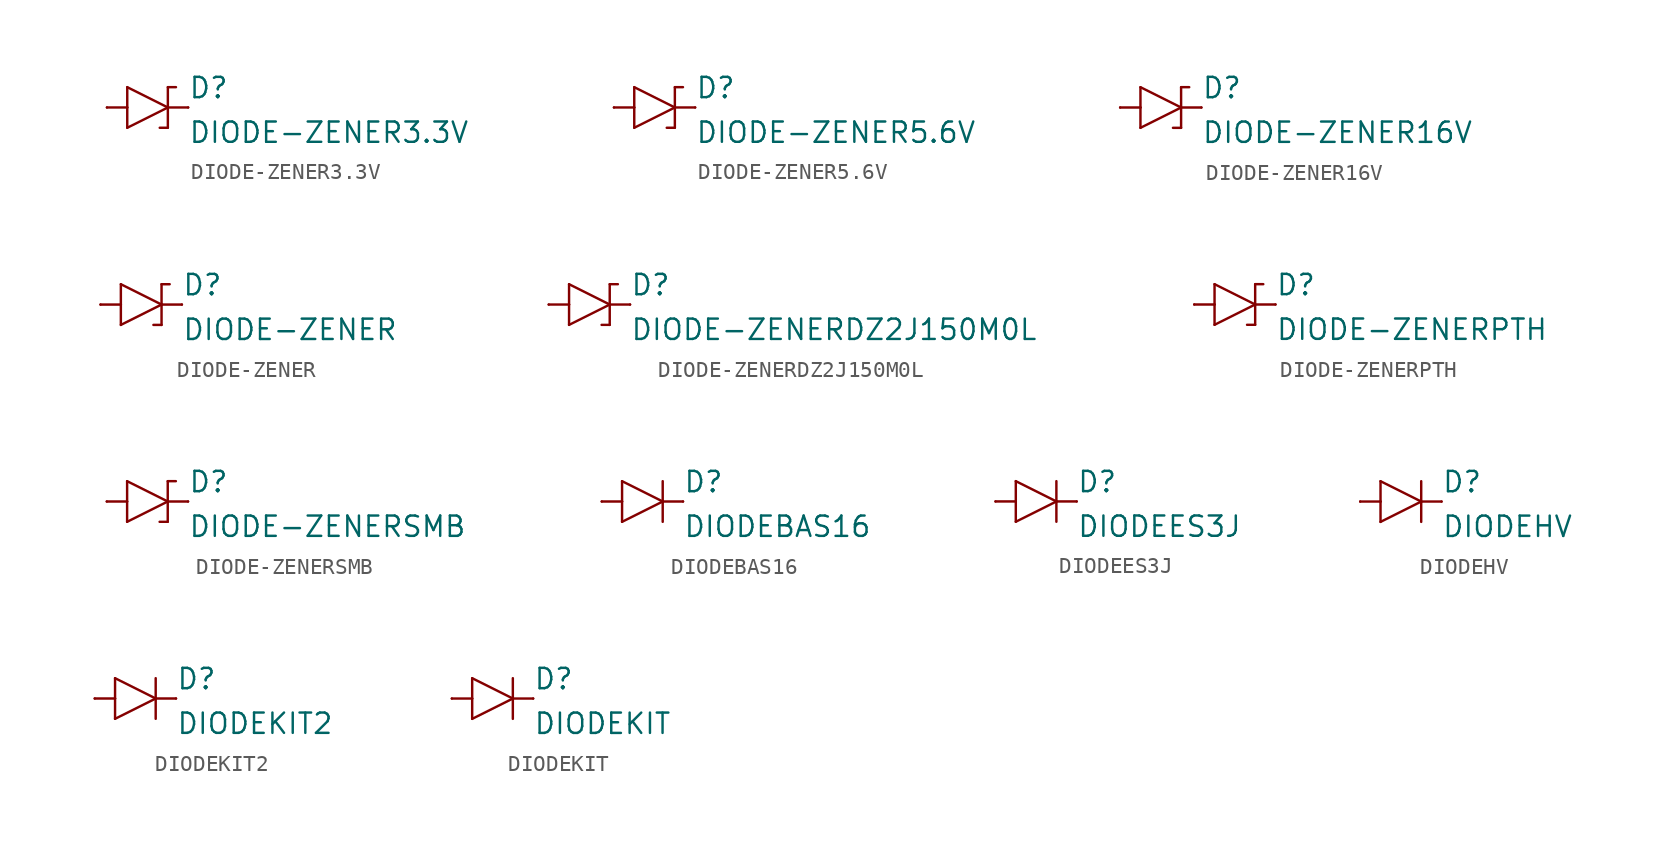
<source format=kicad_sym>
(kicad_symbol_lib
  (version 20211014)
  (generator kicad_symbol_editor)
  (symbol "DIODE-ZENER3.3V"
    (pin_numbers hide)
    (pin_names
      (offset 1.016) hide)
    (property "Reference" "D"
      (at 2.54 0.483 0)
      (effects (font (size 1.27 1.27)) (justify left bottom)))
    (property "Value" "DIODE-ZENER3.3V"
      (at 2.54 -2.311 0)
      (effects (font (size 1.27 1.27)) (justify left bottom)))
    (property "ki_locked" ""
      (at 0 0 0)
      (effects (font (size 1.27 1.27))))
    (symbol "DIODE-ZENER3.3V_1_0"
      (polyline (pts (xy -2.54 0) (xy -1.27 0)) (stroke (width 0) (type default) (color 0 0 0 0)) (fill (type none)))
      (polyline (pts (xy -1.27 -1.27) (xy 1.27 0)) (stroke (width 0) (type default) (color 0 0 0 0)) (fill (type none)))
      (polyline (pts (xy -1.27 0) (xy -1.27 -1.27)) (stroke (width 0) (type default) (color 0 0 0 0)) (fill (type none)))
      (polyline (pts (xy -1.27 1.27) (xy -1.27 0)) (stroke (width 0) (type default) (color 0 0 0 0)) (fill (type none)))
      (polyline (pts (xy 1.27 -1.27) (xy 0.762 -1.27)) (stroke (width 0) (type default) (color 0 0 0 0)) (fill (type none)))
      (polyline (pts (xy 1.27 0) (xy -1.27 1.27)) (stroke (width 0) (type default) (color 0 0 0 0)) (fill (type none)))
      (polyline (pts (xy 1.27 0) (xy 1.27 -1.27)) (stroke (width 0) (type default) (color 0 0 0 0)) (fill (type none)))
      (polyline (pts (xy 1.27 1.27) (xy 1.27 0)) (stroke (width 0) (type default) (color 0 0 0 0)) (fill (type none)))
      (polyline (pts (xy 1.27 1.27) (xy 1.778 1.27)) (stroke (width 0) (type default) (color 0 0 0 0)) (fill (type none)))
      (polyline (pts (xy 2.54 0) (xy 1.27 0)) (stroke (width 0) (type default) (color 0 0 0 0)) (fill (type none))))
    (symbol "DIODE-ZENER3.3V_1_1"
      (pin passive line (at -2.54 0 0) (length 0) (name "A" (effects (font (size 1.016 1.016)))) (number "A" (effects (font (size 1.016 1.016)))))
      (pin passive line (at 2.54 0 180) (length 0) (name "C" (effects (font (size 1.016 1.016)))) (number "C" (effects (font (size 1.016 1.016)))))))
  (symbol "DIODE-ZENER5.6V"
    (pin_numbers hide)
    (pin_names
      (offset 1.016) hide)
    (property "Reference" "D"
      (at 2.54 0.483 0)
      (effects (font (size 1.27 1.27)) (justify left bottom)))
    (property "Value" "DIODE-ZENER5.6V"
      (at 2.54 -2.311 0)
      (effects (font (size 1.27 1.27)) (justify left bottom)))
    (property "ki_locked" ""
      (at 0 0 0)
      (effects (font (size 1.27 1.27))))
    (symbol "DIODE-ZENER5.6V_1_0"
      (polyline (pts (xy -2.54 0) (xy -1.27 0)) (stroke (width 0) (type default) (color 0 0 0 0)) (fill (type none)))
      (polyline (pts (xy -1.27 -1.27) (xy 1.27 0)) (stroke (width 0) (type default) (color 0 0 0 0)) (fill (type none)))
      (polyline (pts (xy -1.27 0) (xy -1.27 -1.27)) (stroke (width 0) (type default) (color 0 0 0 0)) (fill (type none)))
      (polyline (pts (xy -1.27 1.27) (xy -1.27 0)) (stroke (width 0) (type default) (color 0 0 0 0)) (fill (type none)))
      (polyline (pts (xy 1.27 -1.27) (xy 0.762 -1.27)) (stroke (width 0) (type default) (color 0 0 0 0)) (fill (type none)))
      (polyline (pts (xy 1.27 0) (xy -1.27 1.27)) (stroke (width 0) (type default) (color 0 0 0 0)) (fill (type none)))
      (polyline (pts (xy 1.27 0) (xy 1.27 -1.27)) (stroke (width 0) (type default) (color 0 0 0 0)) (fill (type none)))
      (polyline (pts (xy 1.27 1.27) (xy 1.27 0)) (stroke (width 0) (type default) (color 0 0 0 0)) (fill (type none)))
      (polyline (pts (xy 1.27 1.27) (xy 1.778 1.27)) (stroke (width 0) (type default) (color 0 0 0 0)) (fill (type none)))
      (polyline (pts (xy 2.54 0) (xy 1.27 0)) (stroke (width 0) (type default) (color 0 0 0 0)) (fill (type none))))
    (symbol "DIODE-ZENER5.6V_1_1"
      (pin passive line (at -2.54 0 0) (length 0) (name "A" (effects (font (size 1.016 1.016)))) (number "A" (effects (font (size 1.016 1.016)))))
      (pin passive line (at 2.54 0 180) (length 0) (name "C" (effects (font (size 1.016 1.016)))) (number "C" (effects (font (size 1.016 1.016)))))))
  (symbol "DIODE-ZENER16V"
    (pin_numbers hide)
    (pin_names
      (offset 1.016) hide)
    (property "Reference" "D"
      (at 2.54 0.483 0)
      (effects (font (size 1.27 1.27)) (justify left bottom)))
    (property "Value" "DIODE-ZENER16V"
      (at 2.54 -2.311 0)
      (effects (font (size 1.27 1.27)) (justify left bottom)))
    (property "ki_locked" ""
      (at 0 0 0)
      (effects (font (size 1.27 1.27))))
    (symbol "DIODE-ZENER16V_1_0"
      (polyline (pts (xy -2.54 0) (xy -1.27 0)) (stroke (width 0) (type default) (color 0 0 0 0)) (fill (type none)))
      (polyline (pts (xy -1.27 -1.27) (xy 1.27 0)) (stroke (width 0) (type default) (color 0 0 0 0)) (fill (type none)))
      (polyline (pts (xy -1.27 0) (xy -1.27 -1.27)) (stroke (width 0) (type default) (color 0 0 0 0)) (fill (type none)))
      (polyline (pts (xy -1.27 1.27) (xy -1.27 0)) (stroke (width 0) (type default) (color 0 0 0 0)) (fill (type none)))
      (polyline (pts (xy 1.27 -1.27) (xy 0.762 -1.27)) (stroke (width 0) (type default) (color 0 0 0 0)) (fill (type none)))
      (polyline (pts (xy 1.27 0) (xy -1.27 1.27)) (stroke (width 0) (type default) (color 0 0 0 0)) (fill (type none)))
      (polyline (pts (xy 1.27 0) (xy 1.27 -1.27)) (stroke (width 0) (type default) (color 0 0 0 0)) (fill (type none)))
      (polyline (pts (xy 1.27 1.27) (xy 1.27 0)) (stroke (width 0) (type default) (color 0 0 0 0)) (fill (type none)))
      (polyline (pts (xy 1.27 1.27) (xy 1.778 1.27)) (stroke (width 0) (type default) (color 0 0 0 0)) (fill (type none)))
      (polyline (pts (xy 2.54 0) (xy 1.27 0)) (stroke (width 0) (type default) (color 0 0 0 0)) (fill (type none))))
    (symbol "DIODE-ZENER16V_1_1"
      (pin passive line (at -2.54 0 0) (length 0) (name "A" (effects (font (size 1.016 1.016)))) (number "A" (effects (font (size 1.016 1.016)))))
      (pin passive line (at 2.54 0 180) (length 0) (name "C" (effects (font (size 1.016 1.016)))) (number "C" (effects (font (size 1.016 1.016)))))))
  (symbol "DIODE-ZENER"
    (pin_numbers hide)
    (pin_names
      (offset 1.016) hide)
    (property "Reference" "D"
      (at 2.54 0.483 0)
      (effects (font (size 1.27 1.27)) (justify left bottom)))
    (property "Value" "DIODE-ZENER"
      (at 2.54 -2.311 0)
      (effects (font (size 1.27 1.27)) (justify left bottom)))
    (property "ki_locked" ""
      (at 0 0 0)
      (effects (font (size 1.27 1.27))))
    (symbol "DIODE-ZENER_1_0"
      (polyline (pts (xy -2.54 0) (xy -1.27 0)) (stroke (width 0) (type default) (color 0 0 0 0)) (fill (type none)))
      (polyline (pts (xy -1.27 -1.27) (xy 1.27 0)) (stroke (width 0) (type default) (color 0 0 0 0)) (fill (type none)))
      (polyline (pts (xy -1.27 0) (xy -1.27 -1.27)) (stroke (width 0) (type default) (color 0 0 0 0)) (fill (type none)))
      (polyline (pts (xy -1.27 1.27) (xy -1.27 0)) (stroke (width 0) (type default) (color 0 0 0 0)) (fill (type none)))
      (polyline (pts (xy 1.27 -1.27) (xy 0.762 -1.27)) (stroke (width 0) (type default) (color 0 0 0 0)) (fill (type none)))
      (polyline (pts (xy 1.27 0) (xy -1.27 1.27)) (stroke (width 0) (type default) (color 0 0 0 0)) (fill (type none)))
      (polyline (pts (xy 1.27 0) (xy 1.27 -1.27)) (stroke (width 0) (type default) (color 0 0 0 0)) (fill (type none)))
      (polyline (pts (xy 1.27 1.27) (xy 1.27 0)) (stroke (width 0) (type default) (color 0 0 0 0)) (fill (type none)))
      (polyline (pts (xy 1.27 1.27) (xy 1.778 1.27)) (stroke (width 0) (type default) (color 0 0 0 0)) (fill (type none)))
      (polyline (pts (xy 2.54 0) (xy 1.27 0)) (stroke (width 0) (type default) (color 0 0 0 0)) (fill (type none))))
    (symbol "DIODE-ZENER_1_1"
      (pin passive line (at -2.54 0 0) (length 0) (name "A" (effects (font (size 1.016 1.016)))) (number "A" (effects (font (size 1.016 1.016)))))
      (pin passive line (at 2.54 0 180) (length 0) (name "C" (effects (font (size 1.016 1.016)))) (number "C" (effects (font (size 1.016 1.016)))))))
  (symbol "DIODE-ZENERDZ2J150M0L"
    (pin_numbers hide)
    (pin_names
      (offset 1.016) hide)
    (property "Reference" "D"
      (at 2.54 0.483 0)
      (effects (font (size 1.27 1.27)) (justify left bottom)))
    (property "Value" "DIODE-ZENERDZ2J150M0L"
      (at 2.54 -2.311 0)
      (effects (font (size 1.27 1.27)) (justify left bottom)))
    (property "ki_locked" ""
      (at 0 0 0)
      (effects (font (size 1.27 1.27))))
    (symbol "DIODE-ZENERDZ2J150M0L_1_0"
      (polyline (pts (xy -2.54 0) (xy -1.27 0)) (stroke (width 0) (type default) (color 0 0 0 0)) (fill (type none)))
      (polyline (pts (xy -1.27 -1.27) (xy 1.27 0)) (stroke (width 0) (type default) (color 0 0 0 0)) (fill (type none)))
      (polyline (pts (xy -1.27 0) (xy -1.27 -1.27)) (stroke (width 0) (type default) (color 0 0 0 0)) (fill (type none)))
      (polyline (pts (xy -1.27 1.27) (xy -1.27 0)) (stroke (width 0) (type default) (color 0 0 0 0)) (fill (type none)))
      (polyline (pts (xy 1.27 -1.27) (xy 0.762 -1.27)) (stroke (width 0) (type default) (color 0 0 0 0)) (fill (type none)))
      (polyline (pts (xy 1.27 0) (xy -1.27 1.27)) (stroke (width 0) (type default) (color 0 0 0 0)) (fill (type none)))
      (polyline (pts (xy 1.27 0) (xy 1.27 -1.27)) (stroke (width 0) (type default) (color 0 0 0 0)) (fill (type none)))
      (polyline (pts (xy 1.27 1.27) (xy 1.27 0)) (stroke (width 0) (type default) (color 0 0 0 0)) (fill (type none)))
      (polyline (pts (xy 1.27 1.27) (xy 1.778 1.27)) (stroke (width 0) (type default) (color 0 0 0 0)) (fill (type none)))
      (polyline (pts (xy 2.54 0) (xy 1.27 0)) (stroke (width 0) (type default) (color 0 0 0 0)) (fill (type none))))
    (symbol "DIODE-ZENERDZ2J150M0L_1_1"
      (pin passive line (at -2.54 0 0) (length 0) (name "A" (effects (font (size 1.016 1.016)))) (number "A" (effects (font (size 1.016 1.016)))))
      (pin passive line (at 2.54 0 180) (length 0) (name "C" (effects (font (size 1.016 1.016)))) (number "C" (effects (font (size 1.016 1.016)))))))
  (symbol "DIODE-ZENERPTH"
    (pin_numbers hide)
    (pin_names
      (offset 1.016) hide)
    (property "Reference" "D"
      (at 2.54 0.483 0)
      (effects (font (size 1.27 1.27)) (justify left bottom)))
    (property "Value" "DIODE-ZENERPTH"
      (at 2.54 -2.311 0)
      (effects (font (size 1.27 1.27)) (justify left bottom)))
    (property "ki_locked" ""
      (at 0 0 0)
      (effects (font (size 1.27 1.27))))
    (symbol "DIODE-ZENERPTH_1_0"
      (polyline (pts (xy -2.54 0) (xy -1.27 0)) (stroke (width 0) (type default) (color 0 0 0 0)) (fill (type none)))
      (polyline (pts (xy -1.27 -1.27) (xy 1.27 0)) (stroke (width 0) (type default) (color 0 0 0 0)) (fill (type none)))
      (polyline (pts (xy -1.27 0) (xy -1.27 -1.27)) (stroke (width 0) (type default) (color 0 0 0 0)) (fill (type none)))
      (polyline (pts (xy -1.27 1.27) (xy -1.27 0)) (stroke (width 0) (type default) (color 0 0 0 0)) (fill (type none)))
      (polyline (pts (xy 1.27 -1.27) (xy 0.762 -1.27)) (stroke (width 0) (type default) (color 0 0 0 0)) (fill (type none)))
      (polyline (pts (xy 1.27 0) (xy -1.27 1.27)) (stroke (width 0) (type default) (color 0 0 0 0)) (fill (type none)))
      (polyline (pts (xy 1.27 0) (xy 1.27 -1.27)) (stroke (width 0) (type default) (color 0 0 0 0)) (fill (type none)))
      (polyline (pts (xy 1.27 1.27) (xy 1.27 0)) (stroke (width 0) (type default) (color 0 0 0 0)) (fill (type none)))
      (polyline (pts (xy 1.27 1.27) (xy 1.778 1.27)) (stroke (width 0) (type default) (color 0 0 0 0)) (fill (type none)))
      (polyline (pts (xy 2.54 0) (xy 1.27 0)) (stroke (width 0) (type default) (color 0 0 0 0)) (fill (type none))))
    (symbol "DIODE-ZENERPTH_1_1"
      (pin passive line (at 2.54 0 180) (length 0) (name "C" (effects (font (size 1.016 1.016)))) (number "P$1" (effects (font (size 1.016 1.016)))))
      (pin passive line (at -2.54 0 0) (length 0) (name "A" (effects (font (size 1.016 1.016)))) (number "P$2" (effects (font (size 1.016 1.016)))))))
  (symbol "DIODE-ZENERSMB"
    (pin_numbers hide)
    (pin_names
      (offset 1.016) hide)
    (property "Reference" "D"
      (at 2.54 0.483 0)
      (effects (font (size 1.27 1.27)) (justify left bottom)))
    (property "Value" "DIODE-ZENERSMB"
      (at 2.54 -2.311 0)
      (effects (font (size 1.27 1.27)) (justify left bottom)))
    (property "ki_locked" ""
      (at 0 0 0)
      (effects (font (size 1.27 1.27))))
    (symbol "DIODE-ZENERSMB_1_0"
      (polyline (pts (xy -2.54 0) (xy -1.27 0)) (stroke (width 0) (type default) (color 0 0 0 0)) (fill (type none)))
      (polyline (pts (xy -1.27 -1.27) (xy 1.27 0)) (stroke (width 0) (type default) (color 0 0 0 0)) (fill (type none)))
      (polyline (pts (xy -1.27 0) (xy -1.27 -1.27)) (stroke (width 0) (type default) (color 0 0 0 0)) (fill (type none)))
      (polyline (pts (xy -1.27 1.27) (xy -1.27 0)) (stroke (width 0) (type default) (color 0 0 0 0)) (fill (type none)))
      (polyline (pts (xy 1.27 -1.27) (xy 0.762 -1.27)) (stroke (width 0) (type default) (color 0 0 0 0)) (fill (type none)))
      (polyline (pts (xy 1.27 0) (xy -1.27 1.27)) (stroke (width 0) (type default) (color 0 0 0 0)) (fill (type none)))
      (polyline (pts (xy 1.27 0) (xy 1.27 -1.27)) (stroke (width 0) (type default) (color 0 0 0 0)) (fill (type none)))
      (polyline (pts (xy 1.27 1.27) (xy 1.27 0)) (stroke (width 0) (type default) (color 0 0 0 0)) (fill (type none)))
      (polyline (pts (xy 1.27 1.27) (xy 1.778 1.27)) (stroke (width 0) (type default) (color 0 0 0 0)) (fill (type none)))
      (polyline (pts (xy 2.54 0) (xy 1.27 0)) (stroke (width 0) (type default) (color 0 0 0 0)) (fill (type none))))
    (symbol "DIODE-ZENERSMB_1_1"
      (pin passive line (at -2.54 0 0) (length 0) (name "A" (effects (font (size 1.016 1.016)))) (number "A" (effects (font (size 1.016 1.016)))))
      (pin passive line (at 2.54 0 180) (length 0) (name "C" (effects (font (size 1.016 1.016)))) (number "C" (effects (font (size 1.016 1.016)))))))
  (symbol "DIODEBAS16"
    (pin_numbers hide)
    (pin_names
      (offset 1.016) hide)
    (property "Reference" "D"
      (at 2.54 0.483 0)
      (effects (font (size 1.27 1.27)) (justify left bottom)))
    (property "Value" "DIODEBAS16"
      (at 2.54 -2.311 0)
      (effects (font (size 1.27 1.27)) (justify left bottom)))
    (property "ki_locked" ""
      (at 0 0 0)
      (effects (font (size 1.27 1.27))))
    (symbol "DIODEBAS16_1_0"
      (polyline (pts (xy -2.54 0) (xy -1.27 0)) (stroke (width 0) (type default) (color 0 0 0 0)) (fill (type none)))
      (polyline (pts (xy -1.27 -1.27) (xy 1.27 0)) (stroke (width 0) (type default) (color 0 0 0 0)) (fill (type none)))
      (polyline (pts (xy -1.27 0) (xy -1.27 -1.27)) (stroke (width 0) (type default) (color 0 0 0 0)) (fill (type none)))
      (polyline (pts (xy -1.27 1.27) (xy -1.27 0)) (stroke (width 0) (type default) (color 0 0 0 0)) (fill (type none)))
      (polyline (pts (xy 1.27 0) (xy -1.27 1.27)) (stroke (width 0) (type default) (color 0 0 0 0)) (fill (type none)))
      (polyline (pts (xy 1.27 0) (xy 1.27 -1.27)) (stroke (width 0) (type default) (color 0 0 0 0)) (fill (type none)))
      (polyline (pts (xy 1.27 1.27) (xy 1.27 0)) (stroke (width 0) (type default) (color 0 0 0 0)) (fill (type none)))
      (polyline (pts (xy 2.54 0) (xy 1.27 0)) (stroke (width 0) (type default) (color 0 0 0 0)) (fill (type none))))
    (symbol "DIODEBAS16_1_1"
      (pin passive line (at -2.54 0 0) (length 0) (name "A" (effects (font (size 1.016 1.016)))) (number "A" (effects (font (size 1.016 1.016)))))
      (pin passive line (at 2.54 0 180) (length 0) (name "C" (effects (font (size 1.016 1.016)))) (number "C" (effects (font (size 1.016 1.016)))))))
  (symbol "DIODEES3J"
    (pin_numbers hide)
    (pin_names
      (offset 1.016) hide)
    (property "Reference" "D"
      (at 2.54 0.483 0)
      (effects (font (size 1.27 1.27)) (justify left bottom)))
    (property "Value" "DIODEES3J"
      (at 2.54 -2.311 0)
      (effects (font (size 1.27 1.27)) (justify left bottom)))
    (property "ki_locked" ""
      (at 0 0 0)
      (effects (font (size 1.27 1.27))))
    (symbol "DIODEES3J_1_0"
      (polyline (pts (xy -2.54 0) (xy -1.27 0)) (stroke (width 0) (type default) (color 0 0 0 0)) (fill (type none)))
      (polyline (pts (xy -1.27 -1.27) (xy 1.27 0)) (stroke (width 0) (type default) (color 0 0 0 0)) (fill (type none)))
      (polyline (pts (xy -1.27 0) (xy -1.27 -1.27)) (stroke (width 0) (type default) (color 0 0 0 0)) (fill (type none)))
      (polyline (pts (xy -1.27 1.27) (xy -1.27 0)) (stroke (width 0) (type default) (color 0 0 0 0)) (fill (type none)))
      (polyline (pts (xy 1.27 0) (xy -1.27 1.27)) (stroke (width 0) (type default) (color 0 0 0 0)) (fill (type none)))
      (polyline (pts (xy 1.27 0) (xy 1.27 -1.27)) (stroke (width 0) (type default) (color 0 0 0 0)) (fill (type none)))
      (polyline (pts (xy 1.27 1.27) (xy 1.27 0)) (stroke (width 0) (type default) (color 0 0 0 0)) (fill (type none)))
      (polyline (pts (xy 2.54 0) (xy 1.27 0)) (stroke (width 0) (type default) (color 0 0 0 0)) (fill (type none))))
    (symbol "DIODEES3J_1_1"
      (pin passive line (at -2.54 0 0) (length 0) (name "A" (effects (font (size 1.016 1.016)))) (number "A" (effects (font (size 1.016 1.016)))))
      (pin passive line (at 2.54 0 180) (length 0) (name "C" (effects (font (size 1.016 1.016)))) (number "C" (effects (font (size 1.016 1.016)))))))
  (symbol "DIODEHV"
    (pin_numbers hide)
    (pin_names
      (offset 1.016) hide)
    (property "Reference" "D"
      (at 2.54 0.483 0)
      (effects (font (size 1.27 1.27)) (justify left bottom)))
    (property "Value" "DIODEHV"
      (at 2.54 -2.311 0)
      (effects (font (size 1.27 1.27)) (justify left bottom)))
    (property "ki_locked" ""
      (at 0 0 0)
      (effects (font (size 1.27 1.27))))
    (symbol "DIODEHV_1_0"
      (polyline (pts (xy -2.54 0) (xy -1.27 0)) (stroke (width 0) (type default) (color 0 0 0 0)) (fill (type none)))
      (polyline (pts (xy -1.27 -1.27) (xy 1.27 0)) (stroke (width 0) (type default) (color 0 0 0 0)) (fill (type none)))
      (polyline (pts (xy -1.27 0) (xy -1.27 -1.27)) (stroke (width 0) (type default) (color 0 0 0 0)) (fill (type none)))
      (polyline (pts (xy -1.27 1.27) (xy -1.27 0)) (stroke (width 0) (type default) (color 0 0 0 0)) (fill (type none)))
      (polyline (pts (xy 1.27 0) (xy -1.27 1.27)) (stroke (width 0) (type default) (color 0 0 0 0)) (fill (type none)))
      (polyline (pts (xy 1.27 0) (xy 1.27 -1.27)) (stroke (width 0) (type default) (color 0 0 0 0)) (fill (type none)))
      (polyline (pts (xy 1.27 1.27) (xy 1.27 0)) (stroke (width 0) (type default) (color 0 0 0 0)) (fill (type none)))
      (polyline (pts (xy 2.54 0) (xy 1.27 0)) (stroke (width 0) (type default) (color 0 0 0 0)) (fill (type none))))
    (symbol "DIODEHV_1_1"
      (pin passive line (at -2.54 0 0) (length 0) (name "A" (effects (font (size 1.016 1.016)))) (number "A" (effects (font (size 1.016 1.016)))))
      (pin passive line (at 2.54 0 180) (length 0) (name "C" (effects (font (size 1.016 1.016)))) (number "C" (effects (font (size 1.016 1.016)))))))
  (symbol "DIODEKIT2"
    (pin_numbers hide)
    (pin_names
      (offset 1.016) hide)
    (property "Reference" "D"
      (at 2.54 0.483 0)
      (effects (font (size 1.27 1.27)) (justify left bottom)))
    (property "Value" "DIODEKIT2"
      (at 2.54 -2.311 0)
      (effects (font (size 1.27 1.27)) (justify left bottom)))
    (property "ki_locked" ""
      (at 0 0 0)
      (effects (font (size 1.27 1.27))))
    (symbol "DIODEKIT2_1_0"
      (polyline (pts (xy -2.54 0) (xy -1.27 0)) (stroke (width 0) (type default) (color 0 0 0 0)) (fill (type none)))
      (polyline (pts (xy -1.27 -1.27) (xy 1.27 0)) (stroke (width 0) (type default) (color 0 0 0 0)) (fill (type none)))
      (polyline (pts (xy -1.27 0) (xy -1.27 -1.27)) (stroke (width 0) (type default) (color 0 0 0 0)) (fill (type none)))
      (polyline (pts (xy -1.27 1.27) (xy -1.27 0)) (stroke (width 0) (type default) (color 0 0 0 0)) (fill (type none)))
      (polyline (pts (xy 1.27 0) (xy -1.27 1.27)) (stroke (width 0) (type default) (color 0 0 0 0)) (fill (type none)))
      (polyline (pts (xy 1.27 0) (xy 1.27 -1.27)) (stroke (width 0) (type default) (color 0 0 0 0)) (fill (type none)))
      (polyline (pts (xy 1.27 1.27) (xy 1.27 0)) (stroke (width 0) (type default) (color 0 0 0 0)) (fill (type none)))
      (polyline (pts (xy 2.54 0) (xy 1.27 0)) (stroke (width 0) (type default) (color 0 0 0 0)) (fill (type none))))
    (symbol "DIODEKIT2_1_1"
      (pin passive line (at -2.54 0 0) (length 0) (name "A" (effects (font (size 1.016 1.016)))) (number "A" (effects (font (size 1.016 1.016)))))
      (pin passive line (at 2.54 0 180) (length 0) (name "C" (effects (font (size 1.016 1.016)))) (number "C" (effects (font (size 1.016 1.016)))))))
  (symbol "DIODEKIT"
    (pin_numbers hide)
    (pin_names
      (offset 1.016) hide)
    (property "Reference" "D"
      (at 2.54 0.483 0)
      (effects (font (size 1.27 1.27)) (justify left bottom)))
    (property "Value" "DIODEKIT"
      (at 2.54 -2.311 0)
      (effects (font (size 1.27 1.27)) (justify left bottom)))
    (property "ki_locked" ""
      (at 0 0 0)
      (effects (font (size 1.27 1.27))))
    (symbol "DIODEKIT_1_0"
      (polyline (pts (xy -2.54 0) (xy -1.27 0)) (stroke (width 0) (type default) (color 0 0 0 0)) (fill (type none)))
      (polyline (pts (xy -1.27 -1.27) (xy 1.27 0)) (stroke (width 0) (type default) (color 0 0 0 0)) (fill (type none)))
      (polyline (pts (xy -1.27 0) (xy -1.27 -1.27)) (stroke (width 0) (type default) (color 0 0 0 0)) (fill (type none)))
      (polyline (pts (xy -1.27 1.27) (xy -1.27 0)) (stroke (width 0) (type default) (color 0 0 0 0)) (fill (type none)))
      (polyline (pts (xy 1.27 0) (xy -1.27 1.27)) (stroke (width 0) (type default) (color 0 0 0 0)) (fill (type none)))
      (polyline (pts (xy 1.27 0) (xy 1.27 -1.27)) (stroke (width 0) (type default) (color 0 0 0 0)) (fill (type none)))
      (polyline (pts (xy 1.27 1.27) (xy 1.27 0)) (stroke (width 0) (type default) (color 0 0 0 0)) (fill (type none)))
      (polyline (pts (xy 2.54 0) (xy 1.27 0)) (stroke (width 0) (type default) (color 0 0 0 0)) (fill (type none))))
    (symbol "DIODEKIT_1_1"
      (pin passive line (at -2.54 0 0) (length 0) (name "A" (effects (font (size 1.016 1.016)))) (number "A" (effects (font (size 1.016 1.016)))))
      (pin passive line (at 2.54 0 180) (length 0) (name "C" (effects (font (size 1.016 1.016)))) (number "C" (effects (font (size 1.016 1.016))))))))
</source>
